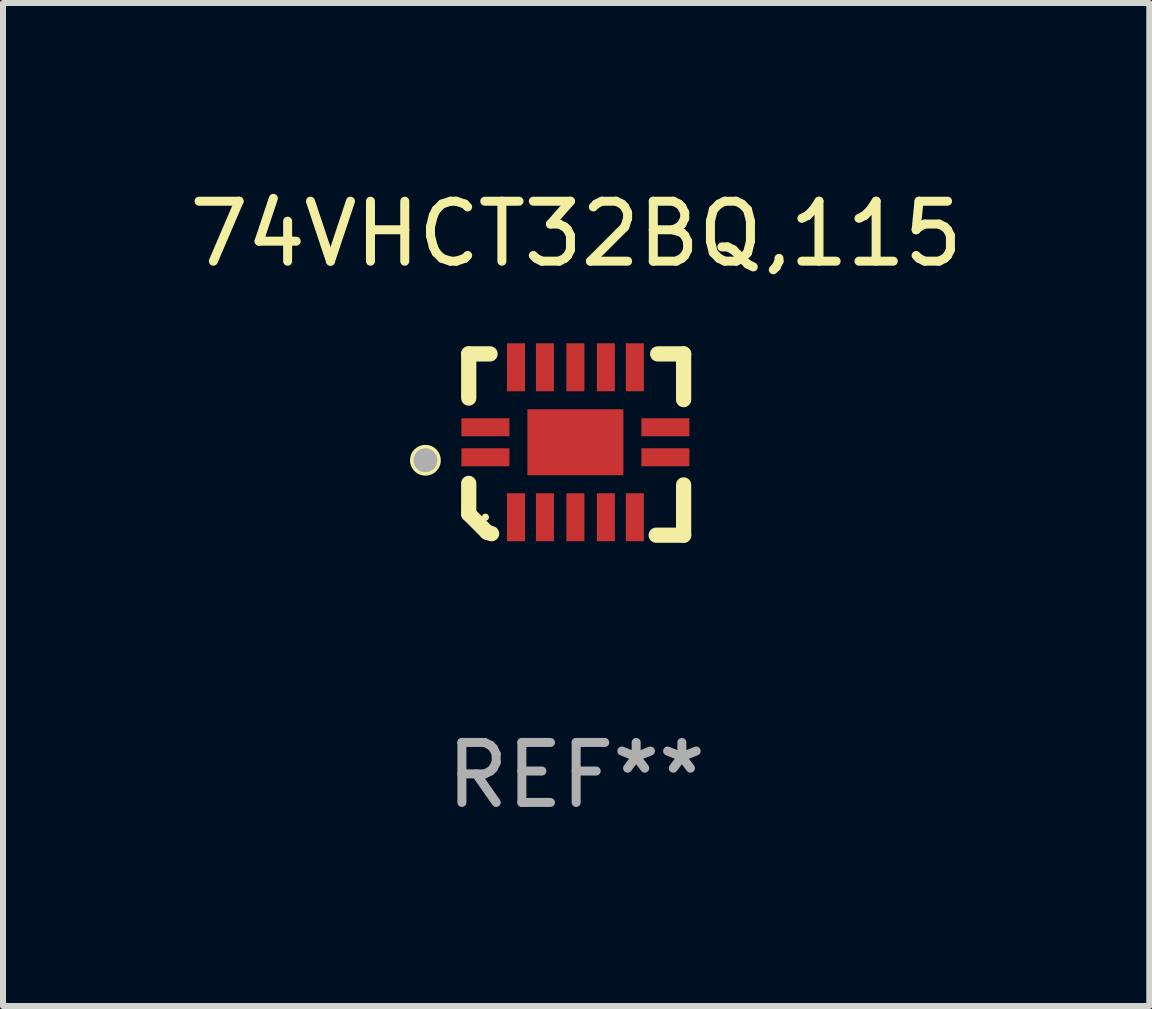
<source format=kicad_pcb>
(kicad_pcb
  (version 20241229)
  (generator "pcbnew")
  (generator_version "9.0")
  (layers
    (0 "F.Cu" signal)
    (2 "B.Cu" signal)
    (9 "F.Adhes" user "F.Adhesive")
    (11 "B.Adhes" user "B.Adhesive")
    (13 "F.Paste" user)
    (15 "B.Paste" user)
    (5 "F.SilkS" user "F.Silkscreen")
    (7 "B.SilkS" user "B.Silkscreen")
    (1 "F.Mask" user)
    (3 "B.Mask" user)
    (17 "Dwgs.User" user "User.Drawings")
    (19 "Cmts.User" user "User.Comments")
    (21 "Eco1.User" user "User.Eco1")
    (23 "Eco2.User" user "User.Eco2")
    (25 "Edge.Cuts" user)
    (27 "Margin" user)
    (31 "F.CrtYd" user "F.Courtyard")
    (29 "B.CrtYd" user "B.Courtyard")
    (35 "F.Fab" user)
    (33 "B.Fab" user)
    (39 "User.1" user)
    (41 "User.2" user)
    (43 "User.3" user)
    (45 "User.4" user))
  (footprint "74VHCT32BQ,115"
    (layer "F.Cu")
    (at 6.554 4.36)
    (property "Reference" "74VHCT32BQ,115" (at 0 -3.511 0) (layer "F.SilkS") (effects (font (size 1 1) (thickness 0.15))))
    (attr through_hole)
    (fp_line (start -1.791 -1.511) (end -1.435 -1.511) (stroke (width 0.254) (type solid)) (layer "F.SilkS"))
    (fp_line (start -1.791 -0.775) (end -1.791 -1.511) (stroke (width 0.254) (type solid)) (layer "F.SilkS"))
    (fp_line (start -1.791 1.156) (end -1.791 0.648) (stroke (width 0.254) (type solid)) (layer "F.SilkS"))
    (fp_line (start -1.486 1.461) (end -1.791 1.156) (stroke (width 0.254) (type solid)) (layer "F.SilkS"))
    (fp_line (start -1.41 1.486) (end -1.486 1.461) (stroke (width 0.254) (type solid)) (layer "F.SilkS"))
    (fp_line (start 1.334 1.511) (end 1.791 1.511) (stroke (width 0.254) (type solid)) (layer "F.SilkS"))
    (fp_line (start 1.791 -1.511) (end 1.359 -1.511) (stroke (width 0.254) (type solid)) (layer "F.SilkS"))
    (fp_line (start 1.791 -0.749) (end 1.791 -1.511) (stroke (width 0.254) (type solid)) (layer "F.SilkS"))
    (fp_line (start 1.791 1.511) (end 1.791 0.673) (stroke (width 0.254) (type solid)) (layer "F.SilkS"))
    (fp_circle (center -2.513 0.262) (end -2.383 0.262) (stroke (width 0.254) (type solid)) (fill no) (layer "F.SilkS"))
    (fp_circle (center -1.513 1.212) (end -1.483 1.212) (stroke (width 0.06) (type solid)) (fill no) (layer "F.SilkS"))
    (fp_circle (center -2.513 0.262) (end -2.413 0.262) (stroke (width 0.2) (type solid)) (fill no) (layer "F.Fab"))
    (fp_text user "REF**" (at 0 5.511 0) (layer "F.Fab") (effects (font (size 1 1) (thickness 0.15))))
    (pad "1" smd rect (at -1.513 0.212) (size 0.8 0.3) (layers "F.Cu" "F.Mask" "F.Paste"))
    (pad "2" smd rect (at -1.003 1.212) (size 0.3 0.8) (layers "F.Cu" "F.Mask" "F.Paste"))
    (pad "3" smd rect (at -0.521 1.212) (size 0.3 0.8) (layers "F.Cu" "F.Mask" "F.Paste"))
    (pad "4" smd rect (at -0.013 1.212) (size 0.3 0.8) (layers "F.Cu" "F.Mask" "F.Paste"))
    (pad "5" smd rect (at 0.495 1.212) (size 0.3 0.8) (layers "F.Cu" "F.Mask" "F.Paste"))
    (pad "6" smd rect (at 0.978 1.212) (size 0.3 0.8) (layers "F.Cu" "F.Mask" "F.Paste"))
    (pad "7" smd rect (at 1.487 0.212) (size 0.8 0.3) (layers "F.Cu" "F.Mask" "F.Paste"))
    (pad "8" smd rect (at 1.487 -0.288) (size 0.8 0.3) (layers "F.Cu" "F.Mask" "F.Paste"))
    (pad "9" smd rect (at 0.978 -1.288) (size 0.3 0.8) (layers "F.Cu" "F.Mask" "F.Paste"))
    (pad "10" smd rect (at 0.495 -1.288) (size 0.3 0.8) (layers "F.Cu" "F.Mask" "F.Paste"))
    (pad "11" smd rect (at -0.013 -1.288) (size 0.3 0.8) (layers "F.Cu" "F.Mask" "F.Paste"))
    (pad "12" smd rect (at -0.521 -1.288) (size 0.3 0.8) (layers "F.Cu" "F.Mask" "F.Paste"))
    (pad "13" smd rect (at -1.003 -1.288) (size 0.3 0.8) (layers "F.Cu" "F.Mask" "F.Paste"))
    (pad "14" smd rect (at -1.513 -0.288) (size 0.8 0.3) (layers "F.Cu" "F.Mask" "F.Paste"))
    (pad "15" smd rect (at -0.013 -0.038 90) (size 1.1 1.6) (layers "F.Cu" "F.Mask" "F.Paste")))
  (gr_rect
    (start -3 -3)
    (end 16.107 13.719)
    (stroke (width 0.1) (type default))
    (fill no)
    (layer "Edge.Cuts")))
</source>
